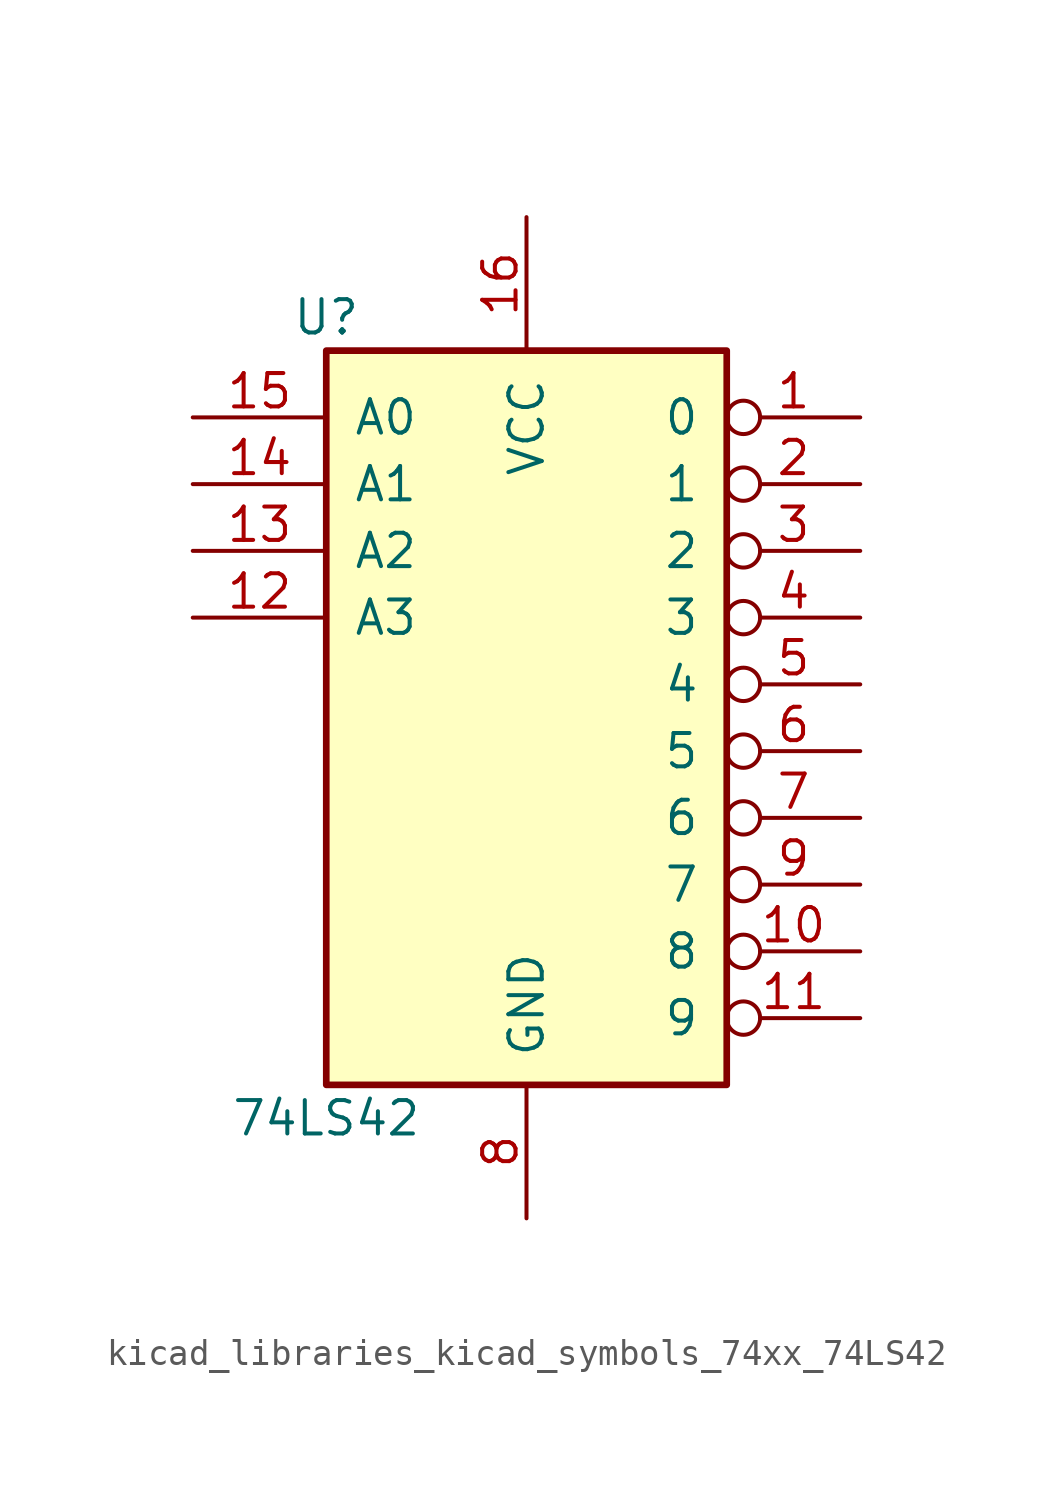
<source format=kicad_sym>
(kicad_symbol_lib
  (version 20220914)
  (generator kicad_symbol_editor)
  (symbol "kicad_libraries_kicad_symbols_74xx_74LS42"
    (pin_names
      (offset 1.016))
    (property "Reference" "U"
      (at -7.62 13.97 0)
      (effects (font (size 1.27 1.27))))
    (property "Value" "74LS42"
      (at -7.62 -16.51 0)
      (effects (font (size 1.27 1.27))))
    (property "ki_locked" ""
      (at 0 0 0)
      (effects (font (size 1.27 1.27))))
    (symbol "kicad_libraries_kicad_symbols_74xx_74LS42_1_0"
      (pin output inverted (at 12.7 10.16 180) (length 5.08) (name "0" (effects (font (size 1.27 1.27)))) (number "1" (effects (font (size 1.27 1.27)))))
      (pin output inverted (at 12.7 -10.16 180) (length 5.08) (name "8" (effects (font (size 1.27 1.27)))) (number "10" (effects (font (size 1.27 1.27)))))
      (pin output inverted (at 12.7 -12.7 180) (length 5.08) (name "9" (effects (font (size 1.27 1.27)))) (number "11" (effects (font (size 1.27 1.27)))))
      (pin input line (at -12.7 2.54 0) (length 5.08) (name "A3" (effects (font (size 1.27 1.27)))) (number "12" (effects (font (size 1.27 1.27)))))
      (pin input line (at -12.7 5.08 0) (length 5.08) (name "A2" (effects (font (size 1.27 1.27)))) (number "13" (effects (font (size 1.27 1.27)))))
      (pin input line (at -12.7 7.62 0) (length 5.08) (name "A1" (effects (font (size 1.27 1.27)))) (number "14" (effects (font (size 1.27 1.27)))))
      (pin input line (at -12.7 10.16 0) (length 5.08) (name "A0" (effects (font (size 1.27 1.27)))) (number "15" (effects (font (size 1.27 1.27)))))
      (pin power_in line (at 0 17.78 270) (length 5.08) (name "VCC" (effects (font (size 1.27 1.27)))) (number "16" (effects (font (size 1.27 1.27)))))
      (pin output inverted (at 12.7 7.62 180) (length 5.08) (name "1" (effects (font (size 1.27 1.27)))) (number "2" (effects (font (size 1.27 1.27)))))
      (pin output inverted (at 12.7 5.08 180) (length 5.08) (name "2" (effects (font (size 1.27 1.27)))) (number "3" (effects (font (size 1.27 1.27)))))
      (pin output inverted (at 12.7 2.54 180) (length 5.08) (name "3" (effects (font (size 1.27 1.27)))) (number "4" (effects (font (size 1.27 1.27)))))
      (pin output inverted (at 12.7 0 180) (length 5.08) (name "4" (effects (font (size 1.27 1.27)))) (number "5" (effects (font (size 1.27 1.27)))))
      (pin output inverted (at 12.7 -2.54 180) (length 5.08) (name "5" (effects (font (size 1.27 1.27)))) (number "6" (effects (font (size 1.27 1.27)))))
      (pin output inverted (at 12.7 -5.08 180) (length 5.08) (name "6" (effects (font (size 1.27 1.27)))) (number "7" (effects (font (size 1.27 1.27)))))
      (pin power_in line (at 0 -20.32 90) (length 5.08) (name "GND" (effects (font (size 1.27 1.27)))) (number "8" (effects (font (size 1.27 1.27)))))
      (pin output inverted (at 12.7 -7.62 180) (length 5.08) (name "7" (effects (font (size 1.27 1.27)))) (number "9" (effects (font (size 1.27 1.27))))))
    (symbol "kicad_libraries_kicad_symbols_74xx_74LS42_1_1"
      (rectangle (start -7.62 12.7) (end 7.62 -15.24) (stroke (width 0.254) (type default)) (fill (type background))))))
</source>
